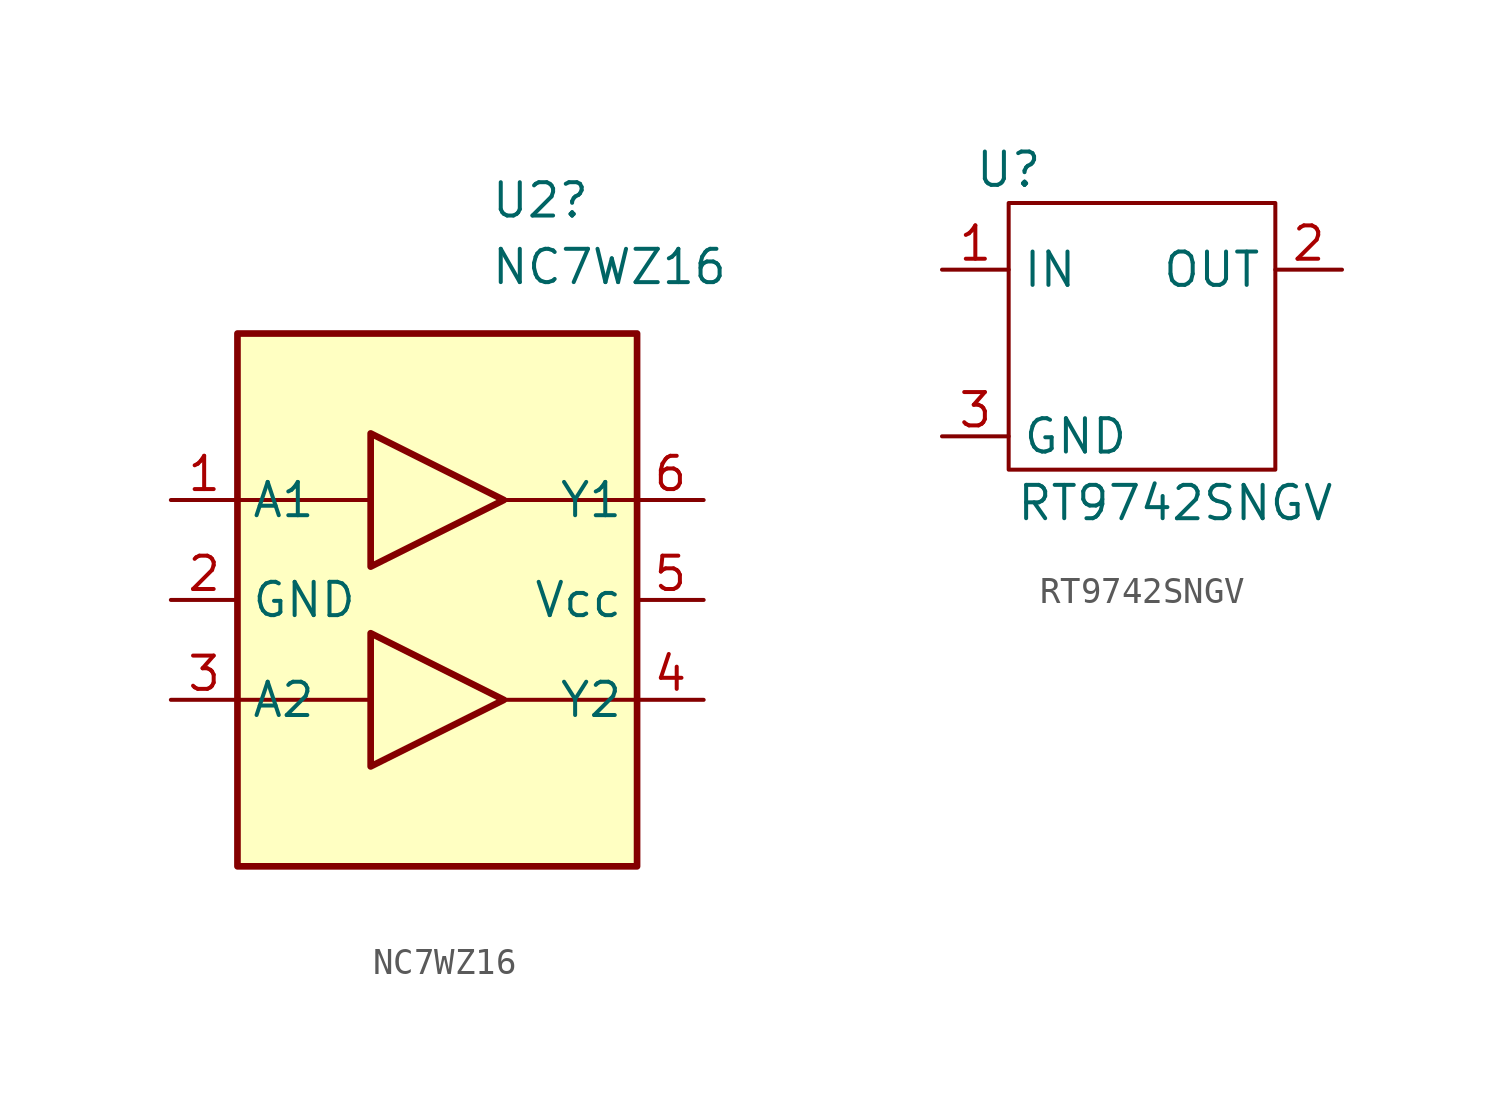
<source format=kicad_sym>
(kicad_symbol_lib
  (version 20220328)
  (generator kicad_symbol_editor)
  (symbol "NC7WZ16"
    (property "Reference" "U2"
      (at 2.019 15.24 0)
      (effects (font (size 1.27 1.27)) (justify left)))
    (property "Value" "NC7WZ16"
      (at 2.019 12.7 0)
      (effects (font (size 1.27 1.27)) (justify left)))
    (symbol "NC7WZ16_1_0"
      (rectangle (start -7.62 10.16) (end 7.62 -10.16) (stroke (width 0.254) (type default)) (fill (type background)))
      (polyline (pts (xy -2.54 -3.81) (xy -3.81 -3.81) (xy -3.81 -3.81) (xy -7.62 -3.81)) (stroke (width 0) (type default)) (fill (type none)))
      (polyline (pts (xy -2.54 3.81) (xy -7.62 3.81) (xy -3.81 3.81) (xy -3.81 3.81)) (stroke (width 0) (type default)) (fill (type none)))
      (polyline (pts (xy 7.62 -3.81) (xy 2.54 -3.81) (xy 6.35 -3.81) (xy 6.35 -3.81)) (stroke (width 0) (type default)) (fill (type none)))
      (polyline (pts (xy 7.62 3.81) (xy 2.54 3.81) (xy 6.35 3.81) (xy 6.35 3.81)) (stroke (width 0) (type default)) (fill (type none))))
    (symbol "NC7WZ16_1_1"
      (polyline (pts (xy -2.54 -1.27) (xy -2.54 -6.35) (xy 2.54 -3.81) (xy -2.54 -1.27)) (stroke (width 0.254) (type default)) (fill (type none)))
      (polyline (pts (xy -2.54 6.35) (xy -2.54 1.27) (xy 2.54 3.81) (xy -2.54 6.35)) (stroke (width 0.254) (type default)) (fill (type none)))
      (pin input line (at -10.16 3.81 0) (length 2.54) (name "A1" (effects (font (size 1.27 1.27)))) (number "1" (effects (font (size 1.27 1.27)))))
      (pin power_in line (at -10.16 0 0) (length 2.54) (name "GND" (effects (font (size 1.27 1.27)))) (number "2" (effects (font (size 1.27 1.27)))))
      (pin input line (at -10.16 -3.81 0) (length 2.54) (name "A2" (effects (font (size 1.27 1.27)))) (number "3" (effects (font (size 1.27 1.27)))))
      (pin output line (at 10.16 -3.81 180) (length 2.54) (name "Y2" (effects (font (size 1.27 1.27)))) (number "4" (effects (font (size 1.27 1.27)))))
      (pin power_in line (at 10.16 0 180) (length 2.54) (name "Vcc" (effects (font (size 1.27 1.27)))) (number "5" (effects (font (size 1.27 1.27)))))
      (pin output line (at 10.16 3.81 180) (length 2.54) (name "Y1" (effects (font (size 1.27 1.27)))) (number "6" (effects (font (size 1.27 1.27)))))))
  (symbol "RT9742SNGV"
    (property "Reference" "U"
      (at -2.54 7.62 0)
      (effects (font (size 1.27 1.27))))
    (property "Value" "RT9742SNGV"
      (at 3.81 -5.08 0)
      (effects (font (size 1.27 1.27))))
    (symbol "RT9742SNGV_0_1"
      (rectangle (start -2.54 6.35) (end 7.62 -3.81) (stroke (width 0) (type default)) (fill (type none))))
    (symbol "RT9742SNGV_1_1"
      (pin power_in line (at -5.08 3.81 0) (length 2.54) (name "IN" (effects (font (size 1.27 1.27)))) (number "1" (effects (font (size 1.27 1.27)))))
      (pin power_in line (at 10.16 3.81 180) (length 2.54) (name "OUT" (effects (font (size 1.27 1.27)))) (number "2" (effects (font (size 1.27 1.27)))))
      (pin power_in line (at -5.08 -2.54 0) (length 2.54) (name "GND" (effects (font (size 1.27 1.27)))) (number "3" (effects (font (size 1.27 1.27))))))))
</source>
